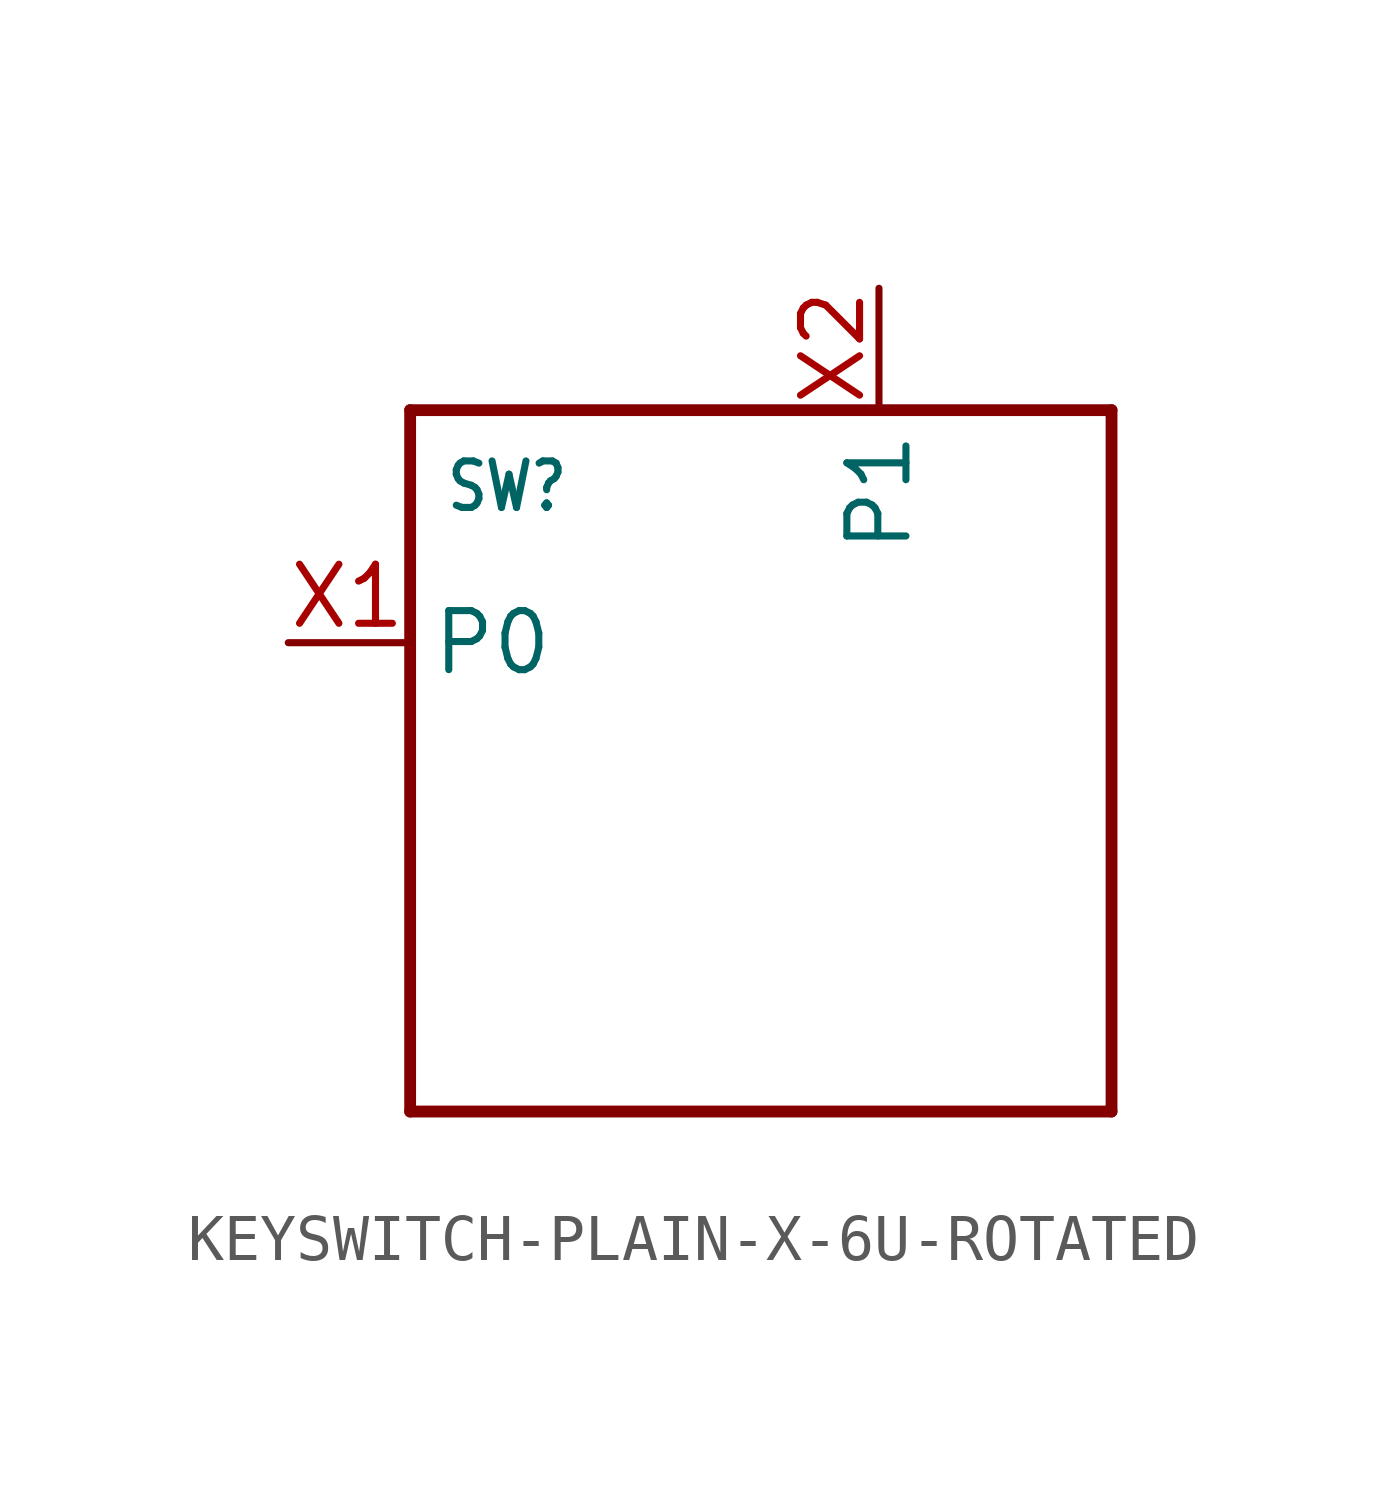
<source format=kicad_sym>
(kicad_symbol_lib
  (version 20211014)
  (generator kicad_symbol_editor)
  (symbol "KEYSWITCH-PLAIN-X-6U-ROTATED"
    (property "Reference" "SW"
      (at -6.81 5.318 0)
      (effects (font (size 1 0.85)) (justify left bottom)))
    (property "ki_locked" ""
      (at 0 0 0)
      (effects (font (size 1.27 1.27))))
    (symbol "KEYSWITCH-PLAIN-X-6U-ROTATED_1_0"
      (polyline (pts (xy -7.54 -7.54) (xy -7.54 7.54)) (stroke (width 0.254) (type default) (color 0 0 0 0)) (fill (type none)))
      (polyline (pts (xy -7.54 7.54) (xy 7.54 7.54)) (stroke (width 0.254) (type default) (color 0 0 0 0)) (fill (type none)))
      (polyline (pts (xy 7.54 -7.54) (xy -7.54 -7.54)) (stroke (width 0.254) (type default) (color 0 0 0 0)) (fill (type none)))
      (polyline (pts (xy 7.54 7.54) (xy 7.54 -7.54)) (stroke (width 0.254) (type default) (color 0 0 0 0)) (fill (type none)))
      (pin bidirectional line (at -10.16 2.54 0) (length 2.54) (name "P0" (effects (font (size 1.27 1.27)))) (number "X1" (effects (font (size 1.27 1.27)))))
      (pin bidirectional line (at 2.54 10.16 270) (length 2.54) (name "P1" (effects (font (size 1.27 1.27)))) (number "X2" (effects (font (size 1.27 1.27))))))))
</source>
